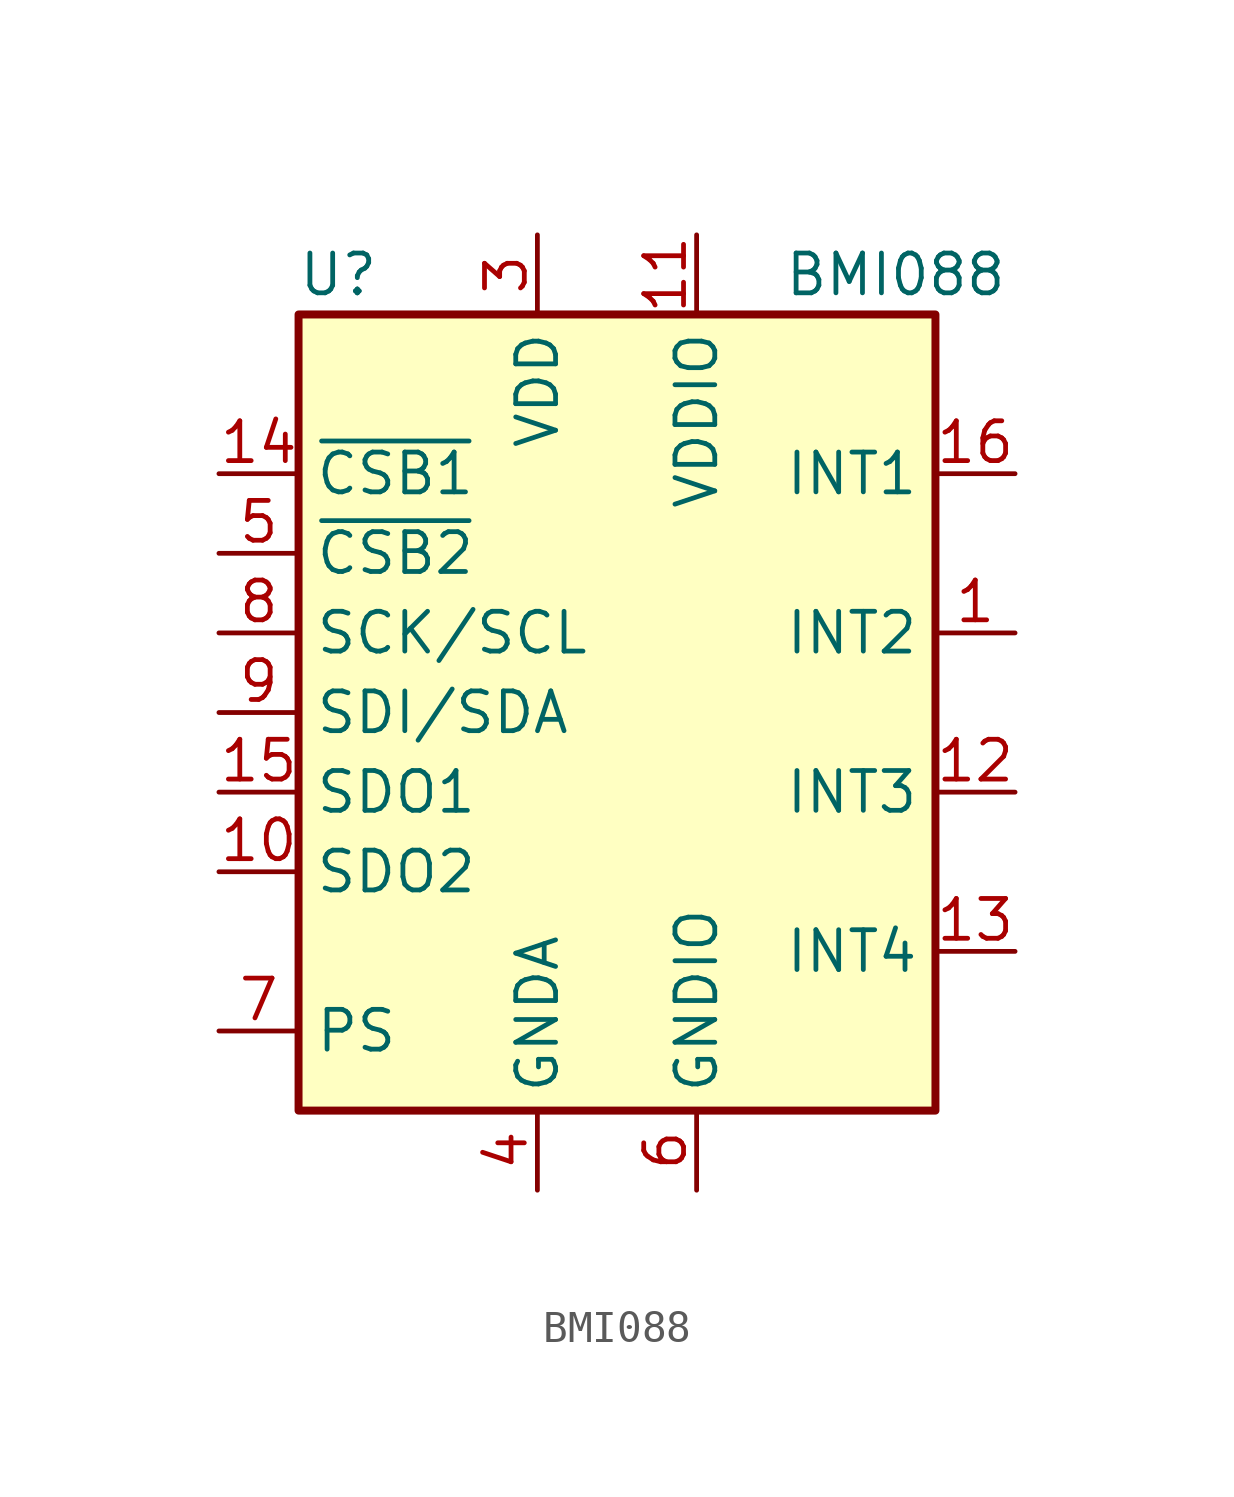
<source format=kicad_sym>
(kicad_symbol_lib
  (version 20241209)
  (generator "kicad_symbol_editor")
  (generator_version "9.0")
  (symbol "BMI088"
    (property "Reference" "U"
      (at -8.89 13.97 0)
      (effects (font (size 1.27 1.27))))
    (property "Value" "BMI088"
      (at 8.89 13.97 0)
      (effects (font (size 1.27 1.27))))
    (symbol "BMI088_1_1"
      (rectangle (start -10.16 12.7) (end 10.16 -12.7) (stroke (width 0.254) (type solid)) (fill (type background)))
      (pin input line (at -12.7 7.62 0) (length 2.54) (name "~{CSB1}" (effects (font (size 1.27 1.27)))) (number "14" (effects (font (size 1.27 1.27)))))
      (pin input line (at -12.7 5.08 0) (length 2.54) (name "~{CSB2}" (effects (font (size 1.27 1.27)))) (number "5" (effects (font (size 1.27 1.27)))))
      (pin input line (at -12.7 2.54 0) (length 2.54) (name "SCK/SCL" (effects (font (size 1.27 1.27)))) (number "8" (effects (font (size 1.27 1.27)))))
      (pin bidirectional line (at -12.7 0 0) (length 2.54) (name "SDI/SDA" (effects (font (size 1.27 1.27)))) (number "9" (effects (font (size 1.27 1.27)))))
      (pin output line (at -12.7 -2.54 0) (length 2.54) (name "SDO1" (effects (font (size 1.27 1.27)))) (number "15" (effects (font (size 1.27 1.27)))))
      (pin output line (at -12.7 -5.08 0) (length 2.54) (name "SDO2" (effects (font (size 1.27 1.27)))) (number "10" (effects (font (size 1.27 1.27)))))
      (pin input line (at -12.7 -10.16 0) (length 2.54) (name "PS" (effects (font (size 1.27 1.27)))) (number "7" (effects (font (size 1.27 1.27)))))
      (pin power_in line (at -2.54 15.24 270) (length 2.54) (name "VDD" (effects (font (size 1.27 1.27)))) (number "3" (effects (font (size 1.27 1.27)))))
      (pin passive line (at -2.54 -15.24 90) (length 2.54) (hide yes) (name "GNDA" (effects (font (size 1.27 1.27)))) (number "2" (effects (font (size 1.27 1.27)))))
      (pin power_in line (at -2.54 -15.24 90) (length 2.54) (name "GNDA" (effects (font (size 1.27 1.27)))) (number "4" (effects (font (size 1.27 1.27)))))
      (pin power_in line (at 2.54 15.24 270) (length 2.54) (name "VDDIO" (effects (font (size 1.27 1.27)))) (number "11" (effects (font (size 1.27 1.27)))))
      (pin power_in line (at 2.54 -15.24 90) (length 2.54) (name "GNDIO" (effects (font (size 1.27 1.27)))) (number "6" (effects (font (size 1.27 1.27)))))
      (pin bidirectional line (at 12.7 7.62 180) (length 2.54) (name "INT1" (effects (font (size 1.27 1.27)))) (number "16" (effects (font (size 1.27 1.27)))))
      (pin bidirectional line (at 12.7 2.54 180) (length 2.54) (name "INT2" (effects (font (size 1.27 1.27)))) (number "1" (effects (font (size 1.27 1.27)))))
      (pin bidirectional line (at 12.7 -2.54 180) (length 2.54) (name "INT3" (effects (font (size 1.27 1.27)))) (number "12" (effects (font (size 1.27 1.27)))))
      (pin bidirectional line (at 12.7 -7.62 180) (length 2.54) (name "INT4" (effects (font (size 1.27 1.27)))) (number "13" (effects (font (size 1.27 1.27))))))))
</source>
